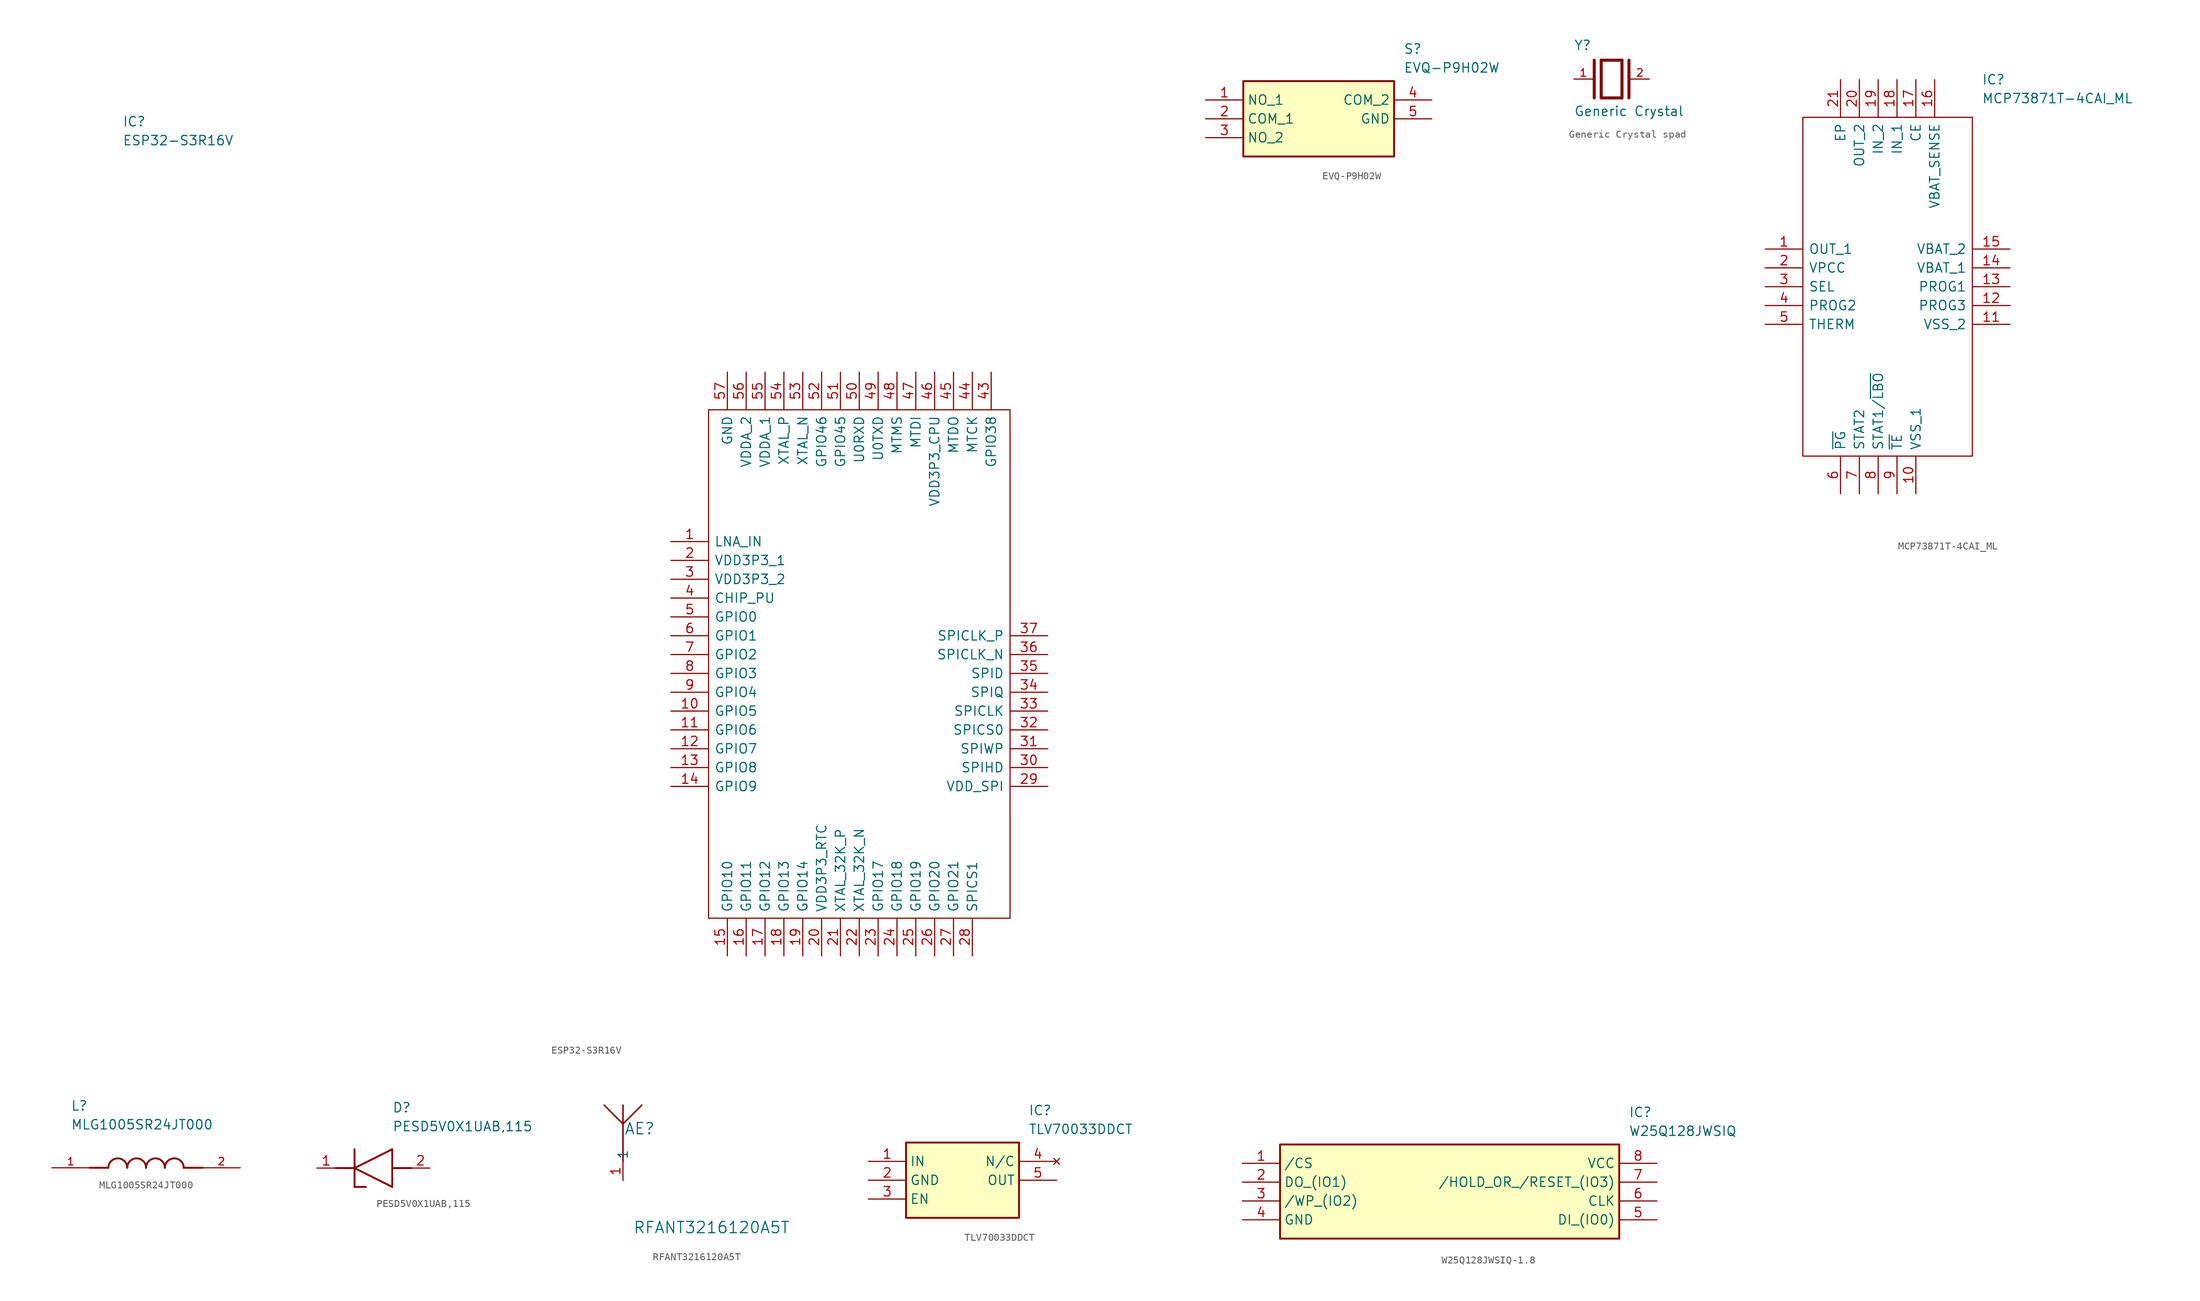
<source format=kicad_sym>
(kicad_symbol_lib
  (version 20241209)
  (generator "kicad_symbol_editor")
  (generator_version "9.0")
  (symbol "ESP32-S3R16V"
    (pin_names
      (offset 0.762))
    (property "Reference" "IC"
      (at -73.914 56.642 0)
      (effects (font (size 1.27 1.27)) (justify left)))
    (property "Value" "ESP32-S3R16V"
      (at -73.914 54.102 0)
      (effects (font (size 1.27 1.27)) (justify left)))
    (symbol "ESP32-S3R16V_0_0"
      (pin passive line (at 0 0 0) (length 5.08) (name "LNA_IN" (effects (font (size 1.27 1.27)))) (number "1" (effects (font (size 1.27 1.27)))))
      (pin passive line (at 0 -2.54 0) (length 5.08) (name "VDD3P3_1" (effects (font (size 1.27 1.27)))) (number "2" (effects (font (size 1.27 1.27)))))
      (pin passive line (at 0 -5.08 0) (length 5.08) (name "VDD3P3_2" (effects (font (size 1.27 1.27)))) (number "3" (effects (font (size 1.27 1.27)))))
      (pin passive line (at 0 -7.62 0) (length 5.08) (name "CHIP_PU" (effects (font (size 1.27 1.27)))) (number "4" (effects (font (size 1.27 1.27)))))
      (pin passive line (at 0 -10.16 0) (length 5.08) (name "GPIO0" (effects (font (size 1.27 1.27)))) (number "5" (effects (font (size 1.27 1.27)))))
      (pin passive line (at 0 -12.7 0) (length 5.08) (name "GPIO1" (effects (font (size 1.27 1.27)))) (number "6" (effects (font (size 1.27 1.27)))))
      (pin passive line (at 0 -15.24 0) (length 5.08) (name "GPIO2" (effects (font (size 1.27 1.27)))) (number "7" (effects (font (size 1.27 1.27)))))
      (pin passive line (at 0 -17.78 0) (length 5.08) (name "GPIO3" (effects (font (size 1.27 1.27)))) (number "8" (effects (font (size 1.27 1.27)))))
      (pin passive line (at 0 -20.32 0) (length 5.08) (name "GPIO4" (effects (font (size 1.27 1.27)))) (number "9" (effects (font (size 1.27 1.27)))))
      (pin passive line (at 0 -22.86 0) (length 5.08) (name "GPIO5" (effects (font (size 1.27 1.27)))) (number "10" (effects (font (size 1.27 1.27)))))
      (pin passive line (at 0 -25.4 0) (length 5.08) (name "GPIO6" (effects (font (size 1.27 1.27)))) (number "11" (effects (font (size 1.27 1.27)))))
      (pin passive line (at 0 -27.94 0) (length 5.08) (name "GPIO7" (effects (font (size 1.27 1.27)))) (number "12" (effects (font (size 1.27 1.27)))))
      (pin passive line (at 0 -30.48 0) (length 5.08) (name "GPIO8" (effects (font (size 1.27 1.27)))) (number "13" (effects (font (size 1.27 1.27)))))
      (pin passive line (at 0 -33.02 0) (length 5.08) (name "GPIO9" (effects (font (size 1.27 1.27)))) (number "14" (effects (font (size 1.27 1.27)))))
      (pin passive line (at 7.62 22.86 270) (length 5.08) (name "GND" (effects (font (size 1.27 1.27)))) (number "57" (effects (font (size 1.27 1.27)))))
      (pin passive line (at 7.62 -55.88 90) (length 5.08) (name "GPIO10" (effects (font (size 1.27 1.27)))) (number "15" (effects (font (size 1.27 1.27)))))
      (pin passive line (at 10.16 22.86 270) (length 5.08) (name "VDDA_2" (effects (font (size 1.27 1.27)))) (number "56" (effects (font (size 1.27 1.27)))))
      (pin passive line (at 10.16 -55.88 90) (length 5.08) (name "GPIO11" (effects (font (size 1.27 1.27)))) (number "16" (effects (font (size 1.27 1.27)))))
      (pin passive line (at 12.7 22.86 270) (length 5.08) (name "VDDA_1" (effects (font (size 1.27 1.27)))) (number "55" (effects (font (size 1.27 1.27)))))
      (pin passive line (at 12.7 -55.88 90) (length 5.08) (name "GPIO12" (effects (font (size 1.27 1.27)))) (number "17" (effects (font (size 1.27 1.27)))))
      (pin passive line (at 15.24 22.86 270) (length 5.08) (name "XTAL_P" (effects (font (size 1.27 1.27)))) (number "54" (effects (font (size 1.27 1.27)))))
      (pin passive line (at 15.24 -55.88 90) (length 5.08) (name "GPIO13" (effects (font (size 1.27 1.27)))) (number "18" (effects (font (size 1.27 1.27)))))
      (pin passive line (at 17.78 22.86 270) (length 5.08) (name "XTAL_N" (effects (font (size 1.27 1.27)))) (number "53" (effects (font (size 1.27 1.27)))))
      (pin passive line (at 17.78 -55.88 90) (length 5.08) (name "GPIO14" (effects (font (size 1.27 1.27)))) (number "19" (effects (font (size 1.27 1.27)))))
      (pin passive line (at 20.32 22.86 270) (length 5.08) (name "GPIO46" (effects (font (size 1.27 1.27)))) (number "52" (effects (font (size 1.27 1.27)))))
      (pin passive line (at 20.32 -55.88 90) (length 5.08) (name "VDD3P3_RTC" (effects (font (size 1.27 1.27)))) (number "20" (effects (font (size 1.27 1.27)))))
      (pin passive line (at 22.86 22.86 270) (length 5.08) (name "GPIO45" (effects (font (size 1.27 1.27)))) (number "51" (effects (font (size 1.27 1.27)))))
      (pin passive line (at 22.86 -55.88 90) (length 5.08) (name "XTAL_32K_P" (effects (font (size 1.27 1.27)))) (number "21" (effects (font (size 1.27 1.27)))))
      (pin passive line (at 25.4 22.86 270) (length 5.08) (name "U0RXD" (effects (font (size 1.27 1.27)))) (number "50" (effects (font (size 1.27 1.27)))))
      (pin passive line (at 25.4 -55.88 90) (length 5.08) (name "XTAL_32K_N" (effects (font (size 1.27 1.27)))) (number "22" (effects (font (size 1.27 1.27)))))
      (pin passive line (at 27.94 22.86 270) (length 5.08) (name "U0TXD" (effects (font (size 1.27 1.27)))) (number "49" (effects (font (size 1.27 1.27)))))
      (pin passive line (at 27.94 -55.88 90) (length 5.08) (name "GPIO17" (effects (font (size 1.27 1.27)))) (number "23" (effects (font (size 1.27 1.27)))))
      (pin passive line (at 30.48 22.86 270) (length 5.08) (name "MTMS" (effects (font (size 1.27 1.27)))) (number "48" (effects (font (size 1.27 1.27)))))
      (pin passive line (at 30.48 -55.88 90) (length 5.08) (name "GPIO18" (effects (font (size 1.27 1.27)))) (number "24" (effects (font (size 1.27 1.27)))))
      (pin passive line (at 33.02 22.86 270) (length 5.08) (name "MTDI" (effects (font (size 1.27 1.27)))) (number "47" (effects (font (size 1.27 1.27)))))
      (pin passive line (at 33.02 -55.88 90) (length 5.08) (name "GPIO19" (effects (font (size 1.27 1.27)))) (number "25" (effects (font (size 1.27 1.27)))))
      (pin passive line (at 35.56 22.86 270) (length 5.08) (name "VDD3P3_CPU" (effects (font (size 1.27 1.27)))) (number "46" (effects (font (size 1.27 1.27)))))
      (pin passive line (at 35.56 -55.88 90) (length 5.08) (name "GPIO20" (effects (font (size 1.27 1.27)))) (number "26" (effects (font (size 1.27 1.27)))))
      (pin passive line (at 38.1 22.86 270) (length 5.08) (name "MTDO" (effects (font (size 1.27 1.27)))) (number "45" (effects (font (size 1.27 1.27)))))
      (pin passive line (at 38.1 -55.88 90) (length 5.08) (name "GPIO21" (effects (font (size 1.27 1.27)))) (number "27" (effects (font (size 1.27 1.27)))))
      (pin passive line (at 40.64 22.86 270) (length 5.08) (name "MTCK" (effects (font (size 1.27 1.27)))) (number "44" (effects (font (size 1.27 1.27)))))
      (pin passive line (at 40.64 -55.88 90) (length 5.08) (name "SPICS1" (effects (font (size 1.27 1.27)))) (number "28" (effects (font (size 1.27 1.27)))))
      (pin passive line (at 43.18 22.86 270) (length 5.08) (name "GPIO38" (effects (font (size 1.27 1.27)))) (number "43" (effects (font (size 1.27 1.27)))))
      (pin no_connect line (at 50.8 0 180) (length 5.08) (hide yes) (name "GPIO37" (effects (font (size 1.27 1.27)))) (number "42" (effects (font (size 1.27 1.27)))))
      (pin no_connect line (at 50.8 -2.54 180) (length 5.08) (hide yes) (name "GPIO36" (effects (font (size 1.27 1.27)))) (number "41" (effects (font (size 1.27 1.27)))))
      (pin no_connect line (at 50.8 -5.08 180) (length 5.08) (hide yes) (name "GPIO35" (effects (font (size 1.27 1.27)))) (number "40" (effects (font (size 1.27 1.27)))))
      (pin no_connect line (at 50.8 -7.62 180) (length 5.08) (hide yes) (name "GPIO34" (effects (font (size 1.27 1.27)))) (number "39" (effects (font (size 1.27 1.27)))))
      (pin no_connect line (at 50.8 -10.16 180) (length 5.08) (hide yes) (name "GPIO33" (effects (font (size 1.27 1.27)))) (number "38" (effects (font (size 1.27 1.27)))))
      (pin passive line (at 50.8 -12.7 180) (length 5.08) (name "SPICLK_P" (effects (font (size 1.27 1.27)))) (number "37" (effects (font (size 1.27 1.27)))))
      (pin passive line (at 50.8 -15.24 180) (length 5.08) (name "SPICLK_N" (effects (font (size 1.27 1.27)))) (number "36" (effects (font (size 1.27 1.27)))))
      (pin passive line (at 50.8 -17.78 180) (length 5.08) (name "SPID" (effects (font (size 1.27 1.27)))) (number "35" (effects (font (size 1.27 1.27)))))
      (pin passive line (at 50.8 -20.32 180) (length 5.08) (name "SPIQ" (effects (font (size 1.27 1.27)))) (number "34" (effects (font (size 1.27 1.27)))))
      (pin passive line (at 50.8 -22.86 180) (length 5.08) (name "SPICLK" (effects (font (size 1.27 1.27)))) (number "33" (effects (font (size 1.27 1.27)))))
      (pin passive line (at 50.8 -25.4 180) (length 5.08) (name "SPICS0" (effects (font (size 1.27 1.27)))) (number "32" (effects (font (size 1.27 1.27)))))
      (pin passive line (at 50.8 -27.94 180) (length 5.08) (name "SPIWP" (effects (font (size 1.27 1.27)))) (number "31" (effects (font (size 1.27 1.27)))))
      (pin passive line (at 50.8 -30.48 180) (length 5.08) (name "SPIHD" (effects (font (size 1.27 1.27)))) (number "30" (effects (font (size 1.27 1.27)))))
      (pin passive line (at 50.8 -33.02 180) (length 5.08) (name "VDD_SPI" (effects (font (size 1.27 1.27)))) (number "29" (effects (font (size 1.27 1.27))))))
    (symbol "ESP32-S3R16V_0_1"
      (polyline (pts (xy 5.08 17.78) (xy 45.72 17.78) (xy 45.72 -50.8) (xy 5.08 -50.8) (xy 5.08 17.78)) (stroke (width 0.152) (type solid)) (fill (type none)))))
  (symbol "EVQ-P9H02W"
    (property "Reference" "S"
      (at 26.67 7.62 0)
      (effects (font (size 1.27 1.27)) (justify left top)))
    (property "Value" "EVQ-P9H02W"
      (at 26.67 5.08 0)
      (effects (font (size 1.27 1.27)) (justify left top)))
    (symbol "EVQ-P9H02W_1_1"
      (rectangle (start 5.08 2.54) (end 25.4 -7.62) (stroke (width 0.254) (type default)) (fill (type background)))
      (pin passive line (at 0 0 0) (length 5.08) (name "NO_1" (effects (font (size 1.27 1.27)))) (number "1" (effects (font (size 1.27 1.27)))))
      (pin passive line (at 0 -2.54 0) (length 5.08) (name "COM_1" (effects (font (size 1.27 1.27)))) (number "2" (effects (font (size 1.27 1.27)))))
      (pin passive line (at 0 -5.08 0) (length 5.08) (name "NO_2" (effects (font (size 1.27 1.27)))) (number "3" (effects (font (size 1.27 1.27)))))
      (pin passive line (at 30.48 0 180) (length 5.08) (name "COM_2" (effects (font (size 1.27 1.27)))) (number "4" (effects (font (size 1.27 1.27)))))
      (pin passive line (at 30.48 -2.54 180) (length 5.08) (name "GND" (effects (font (size 1.27 1.27)))) (number "5" (effects (font (size 1.27 1.27)))))))
  (symbol "Generic Crystal spad"
    (pin_names
      (offset 1.016))
    (property "Reference" "Y"
      (at -5.08 3.81 0)
      (effects (font (size 1.27 1.27)) (justify left bottom)))
    (property "Value" "Generic Crystal"
      (at -5.08 -5.08 0)
      (effects (font (size 1.27 1.27)) (justify left bottom)))
    (symbol "Generic Crystal spad_0_0"
      (polyline (pts (xy -2.337 2.54) (xy -2.337 -2.54)) (stroke (width 0.406) (type default)) (fill (type none)))
      (polyline (pts (xy -1.397 2.54) (xy -1.397 -2.54)) (stroke (width 0.406) (type default)) (fill (type none)))
      (polyline (pts (xy -1.397 2.54) (xy 1.397 2.54)) (stroke (width 0.406) (type default)) (fill (type none)))
      (polyline (pts (xy 1.397 2.54) (xy 1.397 -2.54)) (stroke (width 0.406) (type default)) (fill (type none)))
      (polyline (pts (xy 1.397 -2.54) (xy -1.397 -2.54)) (stroke (width 0.406) (type default)) (fill (type none)))
      (polyline (pts (xy 2.337 2.54) (xy 2.337 -2.54)) (stroke (width 0.406) (type default)) (fill (type none)))
      (pin passive line (at -5.08 0 0) (length 2.54) (name "~" (effects (font (size 1.016 1.016)))) (number "1" (effects (font (size 1.016 1.016)))))
      (pin passive line (at 5.08 0 180) (length 2.54) (name "~" (effects (font (size 1.016 1.016)))) (number "2" (effects (font (size 1.016 1.016)))))))
  (symbol "MCP73871T-4CAI_ML"
    (pin_names
      (offset 0.762))
    (property "Reference" "IC"
      (at 29.21 22.86 0)
      (effects (font (size 1.27 1.27)) (justify left)))
    (property "Value" "MCP73871T-4CAI_ML"
      (at 29.21 20.32 0)
      (effects (font (size 1.27 1.27)) (justify left)))
    (symbol "MCP73871T-4CAI_ML_0_0"
      (pin passive line (at 0 0 0) (length 5.08) (name "OUT_1" (effects (font (size 1.27 1.27)))) (number "1" (effects (font (size 1.27 1.27)))))
      (pin passive line (at 0 -2.54 0) (length 5.08) (name "VPCC" (effects (font (size 1.27 1.27)))) (number "2" (effects (font (size 1.27 1.27)))))
      (pin passive line (at 0 -5.08 0) (length 5.08) (name "SEL" (effects (font (size 1.27 1.27)))) (number "3" (effects (font (size 1.27 1.27)))))
      (pin passive line (at 0 -7.62 0) (length 5.08) (name "PROG2" (effects (font (size 1.27 1.27)))) (number "4" (effects (font (size 1.27 1.27)))))
      (pin passive line (at 0 -10.16 0) (length 5.08) (name "THERM" (effects (font (size 1.27 1.27)))) (number "5" (effects (font (size 1.27 1.27)))))
      (pin passive line (at 10.16 22.86 270) (length 5.08) (name "EP" (effects (font (size 1.27 1.27)))) (number "21" (effects (font (size 1.27 1.27)))))
      (pin passive line (at 10.16 -33.02 90) (length 5.08) (name "~{PG}" (effects (font (size 1.27 1.27)))) (number "6" (effects (font (size 1.27 1.27)))))
      (pin passive line (at 12.7 22.86 270) (length 5.08) (name "OUT_2" (effects (font (size 1.27 1.27)))) (number "20" (effects (font (size 1.27 1.27)))))
      (pin passive line (at 12.7 -33.02 90) (length 5.08) (name "STAT2" (effects (font (size 1.27 1.27)))) (number "7" (effects (font (size 1.27 1.27)))))
      (pin passive line (at 15.24 22.86 270) (length 5.08) (name "IN_2" (effects (font (size 1.27 1.27)))) (number "19" (effects (font (size 1.27 1.27)))))
      (pin passive line (at 15.24 -33.02 90) (length 5.08) (name "STAT1/~{LBO}" (effects (font (size 1.27 1.27)))) (number "8" (effects (font (size 1.27 1.27)))))
      (pin passive line (at 17.78 22.86 270) (length 5.08) (name "IN_1" (effects (font (size 1.27 1.27)))) (number "18" (effects (font (size 1.27 1.27)))))
      (pin passive line (at 17.78 -33.02 90) (length 5.08) (name "~{TE}" (effects (font (size 1.27 1.27)))) (number "9" (effects (font (size 1.27 1.27)))))
      (pin passive line (at 20.32 22.86 270) (length 5.08) (name "CE" (effects (font (size 1.27 1.27)))) (number "17" (effects (font (size 1.27 1.27)))))
      (pin passive line (at 20.32 -33.02 90) (length 5.08) (name "VSS_1" (effects (font (size 1.27 1.27)))) (number "10" (effects (font (size 1.27 1.27)))))
      (pin passive line (at 22.86 22.86 270) (length 5.08) (name "VBAT_SENSE" (effects (font (size 1.27 1.27)))) (number "16" (effects (font (size 1.27 1.27)))))
      (pin passive line (at 33.02 0 180) (length 5.08) (name "VBAT_2" (effects (font (size 1.27 1.27)))) (number "15" (effects (font (size 1.27 1.27)))))
      (pin passive line (at 33.02 -2.54 180) (length 5.08) (name "VBAT_1" (effects (font (size 1.27 1.27)))) (number "14" (effects (font (size 1.27 1.27)))))
      (pin passive line (at 33.02 -5.08 180) (length 5.08) (name "PROG1" (effects (font (size 1.27 1.27)))) (number "13" (effects (font (size 1.27 1.27)))))
      (pin passive line (at 33.02 -7.62 180) (length 5.08) (name "PROG3" (effects (font (size 1.27 1.27)))) (number "12" (effects (font (size 1.27 1.27)))))
      (pin passive line (at 33.02 -10.16 180) (length 5.08) (name "VSS_2" (effects (font (size 1.27 1.27)))) (number "11" (effects (font (size 1.27 1.27))))))
    (symbol "MCP73871T-4CAI_ML_0_1"
      (polyline (pts (xy 5.08 17.78) (xy 27.94 17.78) (xy 27.94 -27.94) (xy 5.08 -27.94) (xy 5.08 17.78)) (stroke (width 0.152) (type solid)) (fill (type none)))))
  (symbol "MLG1005SR24JT000"
    (pin_names
      (offset 1.016))
    (property "Reference" "L"
      (at -10.16 7.62 0)
      (effects (font (size 1.27 1.27)) (justify left bottom)))
    (property "Value" "MLG1005SR24JT000"
      (at -10.16 5.08 0)
      (effects (font (size 1.27 1.27)) (justify left bottom)))
    (symbol "MLG1005SR24JT000_0_0"
      (polyline (pts (xy -5.08 0) (xy -7.62 0)) (stroke (width 0.254) (type default)) (fill (type none)))
      (arc (start -5.08 0) (mid -3.81 1.2645) (end -2.54 0) (stroke (width 0.254) (type default)) (fill (type none)))
      (arc (start -2.54 0) (mid -1.27 1.2645) (end 0 0) (stroke (width 0.254) (type default)) (fill (type none)))
      (arc (start 0 0) (mid 1.27 1.2645) (end 2.54 0) (stroke (width 0.254) (type default)) (fill (type none)))
      (arc (start 2.54 0) (mid 3.81 1.2645) (end 5.08 0) (stroke (width 0.254) (type default)) (fill (type none)))
      (polyline (pts (xy 5.08 0) (xy 7.62 0)) (stroke (width 0.254) (type default)) (fill (type none)))
      (pin passive line (at -12.7 0 0) (length 5.08) (name "~" (effects (font (size 1.016 1.016)))) (number "1" (effects (font (size 1.016 1.016)))))
      (pin passive line (at 12.7 0 180) (length 5.08) (name "~" (effects (font (size 1.016 1.016)))) (number "2" (effects (font (size 1.016 1.016)))))))
  (symbol "PESD5V0X1UAB,115"
    (pin_names
      (hide yes))
    (property "Reference" "D"
      (at 10.16 8.89 0)
      (effects (font (size 1.27 1.27)) (justify left top)))
    (property "Value" "PESD5V0X1UAB,115"
      (at 10.16 6.35 0)
      (effects (font (size 1.27 1.27)) (justify left top)))
    (symbol "PESD5V0X1UAB,115_1_1"
      (polyline (pts (xy 2.54 0) (xy 5.08 0)) (stroke (width 0.254) (type default)) (fill (type none)))
      (polyline (pts (xy 5.08 2.54) (xy 5.08 -2.54)) (stroke (width 0.254) (type default)) (fill (type none)))
      (polyline (pts (xy 5.08 0) (xy 10.16 2.54)) (stroke (width 0.254) (type default)) (fill (type none)))
      (polyline (pts (xy 5.08 -2.54) (xy 6.604 -2.54)) (stroke (width 0.254) (type default)) (fill (type none)))
      (polyline (pts (xy 10.16 -2.54) (xy 5.08 0)) (stroke (width 0.254) (type default)) (fill (type none)))
      (polyline (pts (xy 10.16 -2.54) (xy 10.16 2.54)) (stroke (width 0.254) (type default)) (fill (type none)))
      (polyline (pts (xy 12.7 0) (xy 10.16 0)) (stroke (width 0.254) (type default)) (fill (type none)))
      (pin passive line (at 0 0 0) (length 2.54) (name "K" (effects (font (size 1.27 1.27)))) (number "1" (effects (font (size 1.27 1.27)))))
      (pin passive line (at 15.24 0 180) (length 2.54) (name "A" (effects (font (size 1.27 1.27)))) (number "2" (effects (font (size 1.27 1.27)))))))
  (symbol "RFANT3216120A5T"
    (pin_names
      (offset 0.254))
    (property "Reference" "AE"
      (at 2.261 6.985 0)
      (effects (font (size 1.524 1.524))))
    (property "Value" "RFANT3216120A5T"
      (at 11.938 -6.35 0)
      (effects (font (size 1.524 1.524))))
    (property "ki_locked" ""
      (at 0 0 0)
      (effects (font (size 1.27 1.27))))
    (symbol "RFANT3216120A5T_0_1"
      (polyline (pts (xy -2.54 10.16) (xy 0 7.62)) (stroke (width 0.203) (type default)) (fill (type none)))
      (polyline (pts (xy 0 10.16) (xy 0 7.62)) (stroke (width 0.203) (type default)) (fill (type none)))
      (polyline (pts (xy 0 7.62) (xy 0 2.54)) (stroke (width 0.203) (type default)) (fill (type none)))
      (polyline (pts (xy 0 7.62) (xy 2.54 10.16)) (stroke (width 0.203) (type default)) (fill (type none)))
      (pin unspecified line (at 0 0 90) (length 2.54) (name "1" (effects (font (size 1.27 1.27)))) (number "1" (effects (font (size 1.27 1.27)))))))
  (symbol "TLV70033DDCT"
    (property "Reference" "IC"
      (at 21.59 7.62 0)
      (effects (font (size 1.27 1.27)) (justify left top)))
    (property "Value" "TLV70033DDCT"
      (at 21.59 5.08 0)
      (effects (font (size 1.27 1.27)) (justify left top)))
    (symbol "TLV70033DDCT_1_1"
      (rectangle (start 5.08 2.54) (end 20.32 -7.62) (stroke (width 0.254) (type default)) (fill (type background)))
      (pin passive line (at 0 0 0) (length 5.08) (name "IN" (effects (font (size 1.27 1.27)))) (number "1" (effects (font (size 1.27 1.27)))))
      (pin passive line (at 0 -2.54 0) (length 5.08) (name "GND" (effects (font (size 1.27 1.27)))) (number "2" (effects (font (size 1.27 1.27)))))
      (pin passive line (at 0 -5.08 0) (length 5.08) (name "EN" (effects (font (size 1.27 1.27)))) (number "3" (effects (font (size 1.27 1.27)))))
      (pin no_connect line (at 25.4 0 180) (length 5.08) (name "N/C" (effects (font (size 1.27 1.27)))) (number "4" (effects (font (size 1.27 1.27)))))
      (pin passive line (at 25.4 -2.54 180) (length 5.08) (name "OUT" (effects (font (size 1.27 1.27)))) (number "5" (effects (font (size 1.27 1.27)))))))
  (symbol "W25Q128JWSIQ-1.8"
    (property "Reference" "IC"
      (at 52.07 7.62 0)
      (effects (font (size 1.27 1.27)) (justify left top)))
    (property "Value" "W25Q128JWSIQ"
      (at 52.07 5.08 0)
      (effects (font (size 1.27 1.27)) (justify left top)))
    (symbol "W25Q128JWSIQ-1.8_1_1"
      (rectangle (start 5.08 2.54) (end 50.8 -10.16) (stroke (width 0.254) (type default)) (fill (type background)))
      (pin passive line (at 0 0 0) (length 5.08) (name "/CS" (effects (font (size 1.27 1.27)))) (number "1" (effects (font (size 1.27 1.27)))))
      (pin passive line (at 0 -2.54 0) (length 5.08) (name "DO_(IO1)" (effects (font (size 1.27 1.27)))) (number "2" (effects (font (size 1.27 1.27)))))
      (pin passive line (at 0 -5.08 0) (length 5.08) (name "/WP_(IO2)" (effects (font (size 1.27 1.27)))) (number "3" (effects (font (size 1.27 1.27)))))
      (pin passive line (at 0 -7.62 0) (length 5.08) (name "GND" (effects (font (size 1.27 1.27)))) (number "4" (effects (font (size 1.27 1.27)))))
      (pin passive line (at 55.88 0 180) (length 5.08) (name "VCC" (effects (font (size 1.27 1.27)))) (number "8" (effects (font (size 1.27 1.27)))))
      (pin passive line (at 55.88 -2.54 180) (length 5.08) (name "/HOLD_OR_/RESET_(IO3)" (effects (font (size 1.27 1.27)))) (number "7" (effects (font (size 1.27 1.27)))))
      (pin passive line (at 55.88 -5.08 180) (length 5.08) (name "CLK" (effects (font (size 1.27 1.27)))) (number "6" (effects (font (size 1.27 1.27)))))
      (pin passive line (at 55.88 -7.62 180) (length 5.08) (name "DI_(IO0)" (effects (font (size 1.27 1.27)))) (number "5" (effects (font (size 1.27 1.27))))))))
</source>
